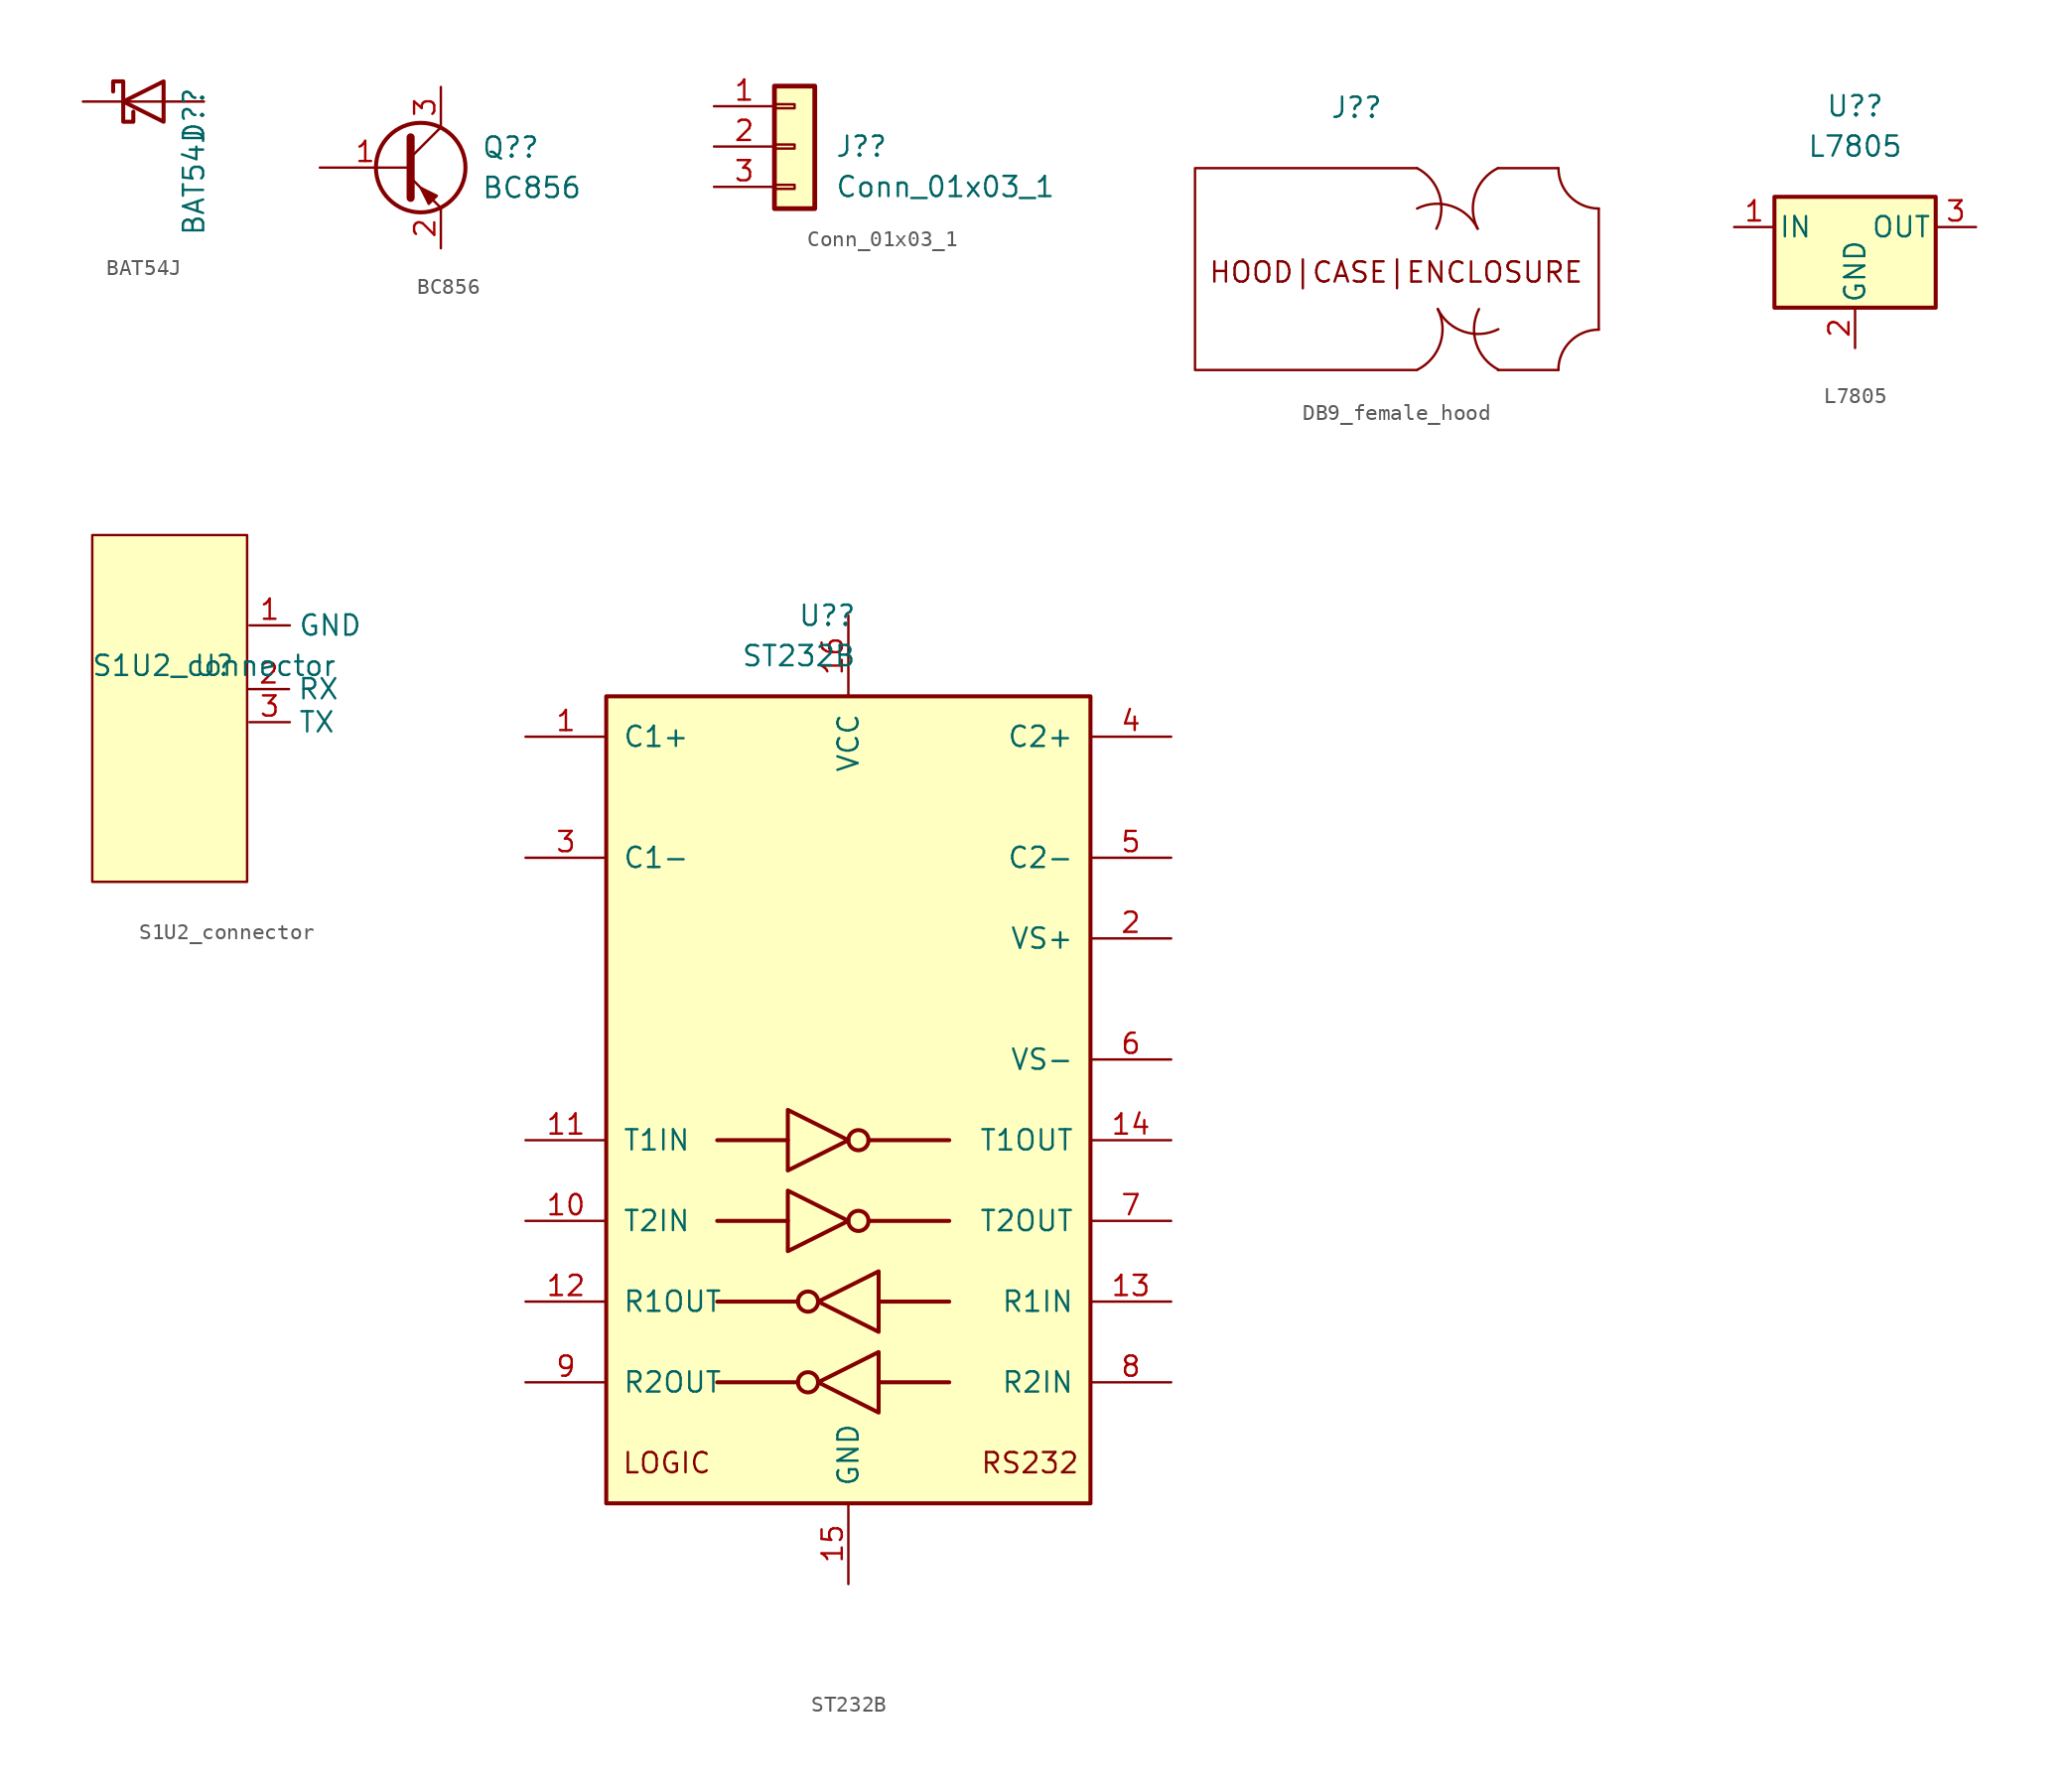
<source format=kicad_sym>
(kicad_symbol_lib
  (version 20211014)
  (generator kicad_symbol_editor)
  (symbol "BAT54J"
    (pin_numbers hide)
    (pin_names hide)
    (property "Reference" "D?"
      (at 3.175 0.953 90)
      (effects (font (size 1.27 1.27)) (justify right)))
    (property "Value" "BAT54J"
      (at 3.175 -1.587 90)
      (effects (font (size 1.27 1.27)) (justify right)))
    (symbol "BAT54J_0_1"
      (polyline (pts (xy 1.27 0) (xy -1.27 0)) (stroke (width 0) (type default) (color 0 0 0 0)) (fill (type none)))
      (polyline (pts (xy 1.27 1.27) (xy 1.27 -1.27) (xy -1.27 0) (xy 1.27 1.27)) (stroke (width 0.254) (type default) (color 0 0 0 0)) (fill (type none)))
      (polyline (pts (xy -1.905 0.635) (xy -1.905 1.27) (xy -1.27 1.27) (xy -1.27 -1.27) (xy -0.635 -1.27) (xy -0.635 -0.635)) (stroke (width 0.254) (type default) (color 0 0 0 0)) (fill (type none))))
    (symbol "BAT54J_1_1"
      (pin passive line (at -3.81 0 0) (length 2.54) (name "K" (effects (font (size 1.27 1.27)))) (number "1" (effects (font (size 1.27 1.27)))))
      (pin passive line (at 3.81 0 180) (length 2.54) (name "A" (effects (font (size 1.27 1.27)))) (number "2" (effects (font (size 1.27 1.27)))))))
  (symbol "BC856"
    (pin_names
      (offset 0) hide)
    (property "Reference" "Q?"
      (at 5.08 1.27 0)
      (effects (font (size 1.27 1.27)) (justify left)))
    (property "Value" "BC856"
      (at 5.08 -1.27 0)
      (effects (font (size 1.27 1.27)) (justify left)))
    (symbol "BC856_0_1"
      (polyline (pts (xy 0.635 0.635) (xy 2.54 2.54)) (stroke (width 0) (type default) (color 0 0 0 0)) (fill (type none)))
      (polyline (pts (xy 0.635 -0.635) (xy 2.54 -2.54) (xy 2.54 -2.54)) (stroke (width 0) (type default) (color 0 0 0 0)) (fill (type none)))
      (polyline (pts (xy 0.635 1.905) (xy 0.635 -1.905) (xy 0.635 -1.905)) (stroke (width 0.508) (type default) (color 0 0 0 0)) (fill (type none)))
      (polyline (pts (xy 2.286 -1.778) (xy 1.778 -2.286) (xy 1.27 -1.27) (xy 2.286 -1.778) (xy 2.286 -1.778)) (stroke (width 0) (type default) (color 0 0 0 0)) (fill (type outline)))
      (circle (center 1.27 0) (radius 2.819) (stroke (width 0.254) (type default) (color 0 0 0 0)) (fill (type none))))
    (symbol "BC856_1_1"
      (pin input line (at -5.08 0 0) (length 5.715) (name "B" (effects (font (size 1.27 1.27)))) (number "1" (effects (font (size 1.27 1.27)))))
      (pin passive line (at 2.54 -5.08 90) (length 2.54) (name "E" (effects (font (size 1.27 1.27)))) (number "2" (effects (font (size 1.27 1.27)))))
      (pin passive line (at 2.54 5.08 270) (length 2.54) (name "C" (effects (font (size 1.27 1.27)))) (number "3" (effects (font (size 1.27 1.27)))))))
  (symbol "Conn_01x03_1"
    (pin_names
      (offset 1.016) hide)
    (property "Reference" "J?"
      (at 2.54 0.0001 0)
      (effects (font (size 1.27 1.27)) (justify left)))
    (property "Value" "Conn_01x03_1"
      (at 2.54 -2.54 0)
      (effects (font (size 1.27 1.27)) (justify left)))
    (symbol "Conn_01x03_1_0_1"
      (rectangle (start -1.27 3.81) (end 1.27 -3.912) (stroke (width 0.3) (type default) (color 0 0 0 0)) (fill (type background))))
    (symbol "Conn_01x03_1_1_1"
      (rectangle (start -1.27 -2.413) (end 0 -2.667) (stroke (width 0.152) (type default) (color 0 0 0 0)) (fill (type none)))
      (rectangle (start -1.27 0.127) (end 0 -0.127) (stroke (width 0.152) (type default) (color 0 0 0 0)) (fill (type none)))
      (rectangle (start -1.27 2.667) (end 0 2.413) (stroke (width 0.152) (type default) (color 0 0 0 0)) (fill (type none)))
      (pin passive line (at -5.08 2.54 0) (length 3.81) (name "Pin_1" (effects (font (size 1.27 1.27)))) (number "1" (effects (font (size 1.27 1.27)))))
      (pin passive line (at -5.08 0 0) (length 3.81) (name "Pin_2" (effects (font (size 1.27 1.27)))) (number "2" (effects (font (size 1.27 1.27)))))
      (pin passive line (at -5.08 -2.54 0) (length 3.81) (name "Pin_3" (effects (font (size 1.27 1.27)))) (number "3" (effects (font (size 1.27 1.27)))))))
  (symbol "DB9_female_hood"
    (pin_names
      (offset 1.016) hide)
    (property "Reference" "J?"
      (at 0 13.97 0)
      (effects (font (size 1.27 1.27))))
    (symbol "DB9_female_hood_0_0"
      (text "HOOD|CASE|ENCLOSURE" (at 2.489 3.607 0) (effects (font (size 1.27 1.27)))))
    (symbol "DB9_female_hood_0_1"
      (polyline (pts (xy 12.7 -2.54) (xy 8.89 -2.54)) (stroke (width 0) (type default) (color 0 0 0 0)) (fill (type none)))
      (polyline (pts (xy 12.7 10.16) (xy 8.89 10.16)) (stroke (width 0) (type default) (color 0 0 0 0)) (fill (type none)))
      (polyline (pts (xy 15.24 7.62) (xy 15.24 0)) (stroke (width 0) (type default) (color 0 0 0 0)) (fill (type none)))
      (polyline (pts (xy 3.81 -2.54) (xy -10.16 -2.54) (xy -10.16 10.16) (xy 3.81 10.16)) (stroke (width 0) (type default) (color 0 0 0 0)) (fill (type none)))
      (arc (start 3.8425 -2.5123) (mid 9.0766 -2.1403) (end 5.1125 1.2977) (stroke (width 0) (type default) (color 0 0 0 0)) (fill (type none)))
      (arc (start 5.0292 6.35) (mid 9.0308 9.7306) (end 3.81 10.16) (stroke (width 0) (type default) (color 0 0 0 0)) (fill (type none)))
      (arc (start 5.1125 1.2977) (mid 5.4845 -3.9364) (end 8.9225 0.0277) (stroke (width 0) (type default) (color 0 0 0 0)) (fill (type none)))
      (arc (start 7.62 6.35) (mid 7.248 11.5841) (end 3.81 7.62) (stroke (width 0) (type default) (color 0 0 0 0)) (fill (type none)))
      (arc (start 7.7033 1.2977) (mid 3.7017 -2.0829) (end 8.9225 -2.5123) (stroke (width 0) (type default) (color 0 0 0 0)) (fill (type none)))
      (arc (start 8.89 10.16) (mid 3.6559 9.788) (end 7.62 6.35) (stroke (width 0) (type default) (color 0 0 0 0)) (fill (type none)))
      (arc (start 12.7 10.16) (mid 10.9039 5.8239) (end 15.24 7.62) (stroke (width 0) (type default) (color 0 0 0 0)) (fill (type none)))
      (arc (start 15.24 0) (mid 10.9039 1.7961) (end 12.7 -2.54) (stroke (width 0) (type default) (color 0 0 0 0)) (fill (type none)))))
  (symbol "L7805"
    (pin_names
      (offset 0.254))
    (property "Reference" "U?"
      (at 0 7.62 0)
      (effects (font (size 1.27 1.27))))
    (property "Value" "L7805"
      (at 0 5.08 0)
      (effects (font (size 1.27 1.27))))
    (symbol "L7805_0_1"
      (rectangle (start -5.08 1.905) (end 5.08 -5.08) (stroke (width 0.254) (type default) (color 0 0 0 0)) (fill (type background))))
    (symbol "L7805_1_1"
      (pin power_in line (at -7.62 0 0) (length 2.54) (name "IN" (effects (font (size 1.27 1.27)))) (number "1" (effects (font (size 1.27 1.27)))))
      (pin power_in line (at 0 -7.62 90) (length 2.54) (name "GND" (effects (font (size 1.27 1.27)))) (number "2" (effects (font (size 1.27 1.27)))))
      (pin power_out line (at 7.62 0 180) (length 2.54) (name "OUT" (effects (font (size 1.27 1.27)))) (number "3" (effects (font (size 1.27 1.27)))))))
  (symbol "S1U2_connector"
    (property "Reference" "U"
      (at 0 0 0)
      (effects (font (size 1.27 1.27))))
    (property "Value" "S1U2_connector"
      (at 0 0 0)
      (effects (font (size 1.27 1.27))))
    (symbol "S1U2_connector_0_1"
      (rectangle (start -7.671 8.23) (end 2.083 -13.614) (stroke (width 0) (type default) (color 0 0 0 0)) (fill (type background))))
    (symbol "S1U2_connector_1_1"
      (pin power_in line (at 2.235 2.54 0) (length 2.54) (name "GND" (effects (font (size 1.27 1.27)))) (number "1" (effects (font (size 1.27 1.27)))))
      (pin input line (at 2.184 -1.473 0) (length 2.54) (name "RX" (effects (font (size 1.27 1.27)))) (number "2" (effects (font (size 1.27 1.27)))))
      (pin output line (at 2.235 -3.556 0) (length 2.54) (name "TX" (effects (font (size 1.27 1.27)))) (number "3" (effects (font (size 1.27 1.27)))))))
  (symbol "ST232B"
    (pin_names
      (offset 1.016))
    (property "Reference" "U?"
      (at 0.521 30.48 0)
      (effects (font (size 1.27 1.27)) (justify right)))
    (property "Value" "ST232B"
      (at 0.521 27.94 0)
      (effects (font (size 1.27 1.27)) (justify right)))
    (symbol "ST232B_0_0"
      (text "LOGIC" (at -11.43 -22.86 0) (effects (font (size 1.27 1.27))))
      (text "RS232" (at 11.43 -22.86 0) (effects (font (size 1.27 1.27)))))
    (symbol "ST232B_0_1"
      (rectangle (start -15.24 -25.4) (end 15.24 25.4) (stroke (width 0.254) (type default) (color 0 0 0 0)) (fill (type background)))
      (circle (center -2.54 -17.78) (radius 0.635) (stroke (width 0.254) (type default) (color 0 0 0 0)) (fill (type none)))
      (circle (center -2.54 -12.7) (radius 0.635) (stroke (width 0.254) (type default) (color 0 0 0 0)) (fill (type none)))
      (polyline (pts (xy -3.81 -7.62) (xy -8.255 -7.62)) (stroke (width 0.254) (type default) (color 0 0 0 0)) (fill (type none)))
      (polyline (pts (xy -3.81 -2.54) (xy -8.255 -2.54)) (stroke (width 0.254) (type default) (color 0 0 0 0)) (fill (type none)))
      (polyline (pts (xy -3.175 -17.78) (xy -8.255 -17.78)) (stroke (width 0.254) (type default) (color 0 0 0 0)) (fill (type none)))
      (polyline (pts (xy -3.175 -12.7) (xy -8.255 -12.7)) (stroke (width 0.254) (type default) (color 0 0 0 0)) (fill (type none)))
      (polyline (pts (xy 1.27 -7.62) (xy 6.35 -7.62)) (stroke (width 0.254) (type default) (color 0 0 0 0)) (fill (type none)))
      (polyline (pts (xy 1.27 -2.54) (xy 6.35 -2.54)) (stroke (width 0.254) (type default) (color 0 0 0 0)) (fill (type none)))
      (polyline (pts (xy 1.905 -17.78) (xy 6.35 -17.78)) (stroke (width 0.254) (type default) (color 0 0 0 0)) (fill (type none)))
      (polyline (pts (xy 1.905 -12.7) (xy 6.35 -12.7)) (stroke (width 0.254) (type default) (color 0 0 0 0)) (fill (type none)))
      (polyline (pts (xy -3.81 -5.715) (xy -3.81 -9.525) (xy 0 -7.62) (xy -3.81 -5.715)) (stroke (width 0.254) (type default) (color 0 0 0 0)) (fill (type none)))
      (polyline (pts (xy -3.81 -0.635) (xy -3.81 -4.445) (xy 0 -2.54) (xy -3.81 -0.635)) (stroke (width 0.254) (type default) (color 0 0 0 0)) (fill (type none)))
      (polyline (pts (xy 1.905 -15.875) (xy 1.905 -19.685) (xy -1.905 -17.78) (xy 1.905 -15.875)) (stroke (width 0.254) (type default) (color 0 0 0 0)) (fill (type none)))
      (polyline (pts (xy 1.905 -10.795) (xy 1.905 -14.605) (xy -1.905 -12.7) (xy 1.905 -10.795)) (stroke (width 0.254) (type default) (color 0 0 0 0)) (fill (type none)))
      (circle (center 0.635 -7.62) (radius 0.635) (stroke (width 0.254) (type default) (color 0 0 0 0)) (fill (type none)))
      (circle (center 0.635 -2.54) (radius 0.635) (stroke (width 0.254) (type default) (color 0 0 0 0)) (fill (type none))))
    (symbol "ST232B_1_1"
      (pin passive line (at -20.32 22.86 0) (length 5.08) (name "C1+" (effects (font (size 1.27 1.27)))) (number "1" (effects (font (size 1.27 1.27)))))
      (pin input line (at -20.32 -7.62 0) (length 5.08) (name "T2IN" (effects (font (size 1.27 1.27)))) (number "10" (effects (font (size 1.27 1.27)))))
      (pin input line (at -20.32 -2.54 0) (length 5.08) (name "T1IN" (effects (font (size 1.27 1.27)))) (number "11" (effects (font (size 1.27 1.27)))))
      (pin output line (at -20.32 -12.7 0) (length 5.08) (name "R1OUT" (effects (font (size 1.27 1.27)))) (number "12" (effects (font (size 1.27 1.27)))))
      (pin input line (at 20.32 -12.7 180) (length 5.08) (name "R1IN" (effects (font (size 1.27 1.27)))) (number "13" (effects (font (size 1.27 1.27)))))
      (pin output line (at 20.32 -2.54 180) (length 5.08) (name "T1OUT" (effects (font (size 1.27 1.27)))) (number "14" (effects (font (size 1.27 1.27)))))
      (pin power_in line (at 0 -30.48 90) (length 5.08) (name "GND" (effects (font (size 1.27 1.27)))) (number "15" (effects (font (size 1.27 1.27)))))
      (pin power_in line (at 0 30.48 270) (length 5.08) (name "VCC" (effects (font (size 1.27 1.27)))) (number "16" (effects (font (size 1.27 1.27)))))
      (pin power_out line (at 20.32 10.16 180) (length 5.08) (name "VS+" (effects (font (size 1.27 1.27)))) (number "2" (effects (font (size 1.27 1.27)))))
      (pin passive line (at -20.32 15.24 0) (length 5.08) (name "C1-" (effects (font (size 1.27 1.27)))) (number "3" (effects (font (size 1.27 1.27)))))
      (pin passive line (at 20.32 22.86 180) (length 5.08) (name "C2+" (effects (font (size 1.27 1.27)))) (number "4" (effects (font (size 1.27 1.27)))))
      (pin passive line (at 20.32 15.24 180) (length 5.08) (name "C2-" (effects (font (size 1.27 1.27)))) (number "5" (effects (font (size 1.27 1.27)))))
      (pin power_out line (at 20.32 2.54 180) (length 5.08) (name "VS-" (effects (font (size 1.27 1.27)))) (number "6" (effects (font (size 1.27 1.27)))))
      (pin output line (at 20.32 -7.62 180) (length 5.08) (name "T2OUT" (effects (font (size 1.27 1.27)))) (number "7" (effects (font (size 1.27 1.27)))))
      (pin input line (at 20.32 -17.78 180) (length 5.08) (name "R2IN" (effects (font (size 1.27 1.27)))) (number "8" (effects (font (size 1.27 1.27)))))
      (pin output line (at -20.32 -17.78 0) (length 5.08) (name "R2OUT" (effects (font (size 1.27 1.27)))) (number "9" (effects (font (size 1.27 1.27))))))))
</source>
